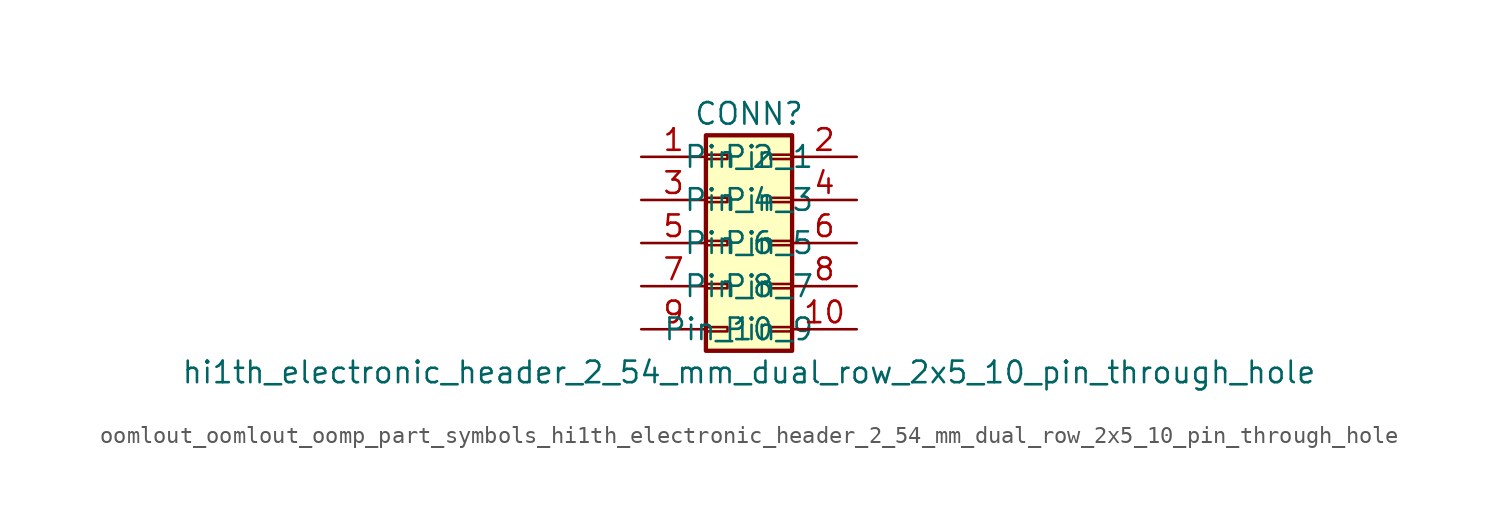
<source format=kicad_sym>
(kicad_symbol_lib
  (version 20220914)
  (generator kicad_symbol_editor)
  (symbol "oomlout_oomlout_oomp_part_symbols_hi1th_electronic_header_2_54_mm_dual_row_2x5_10_pin_through_hole"
    (pin_names
      (offset 1.016))
    (property "Reference" "CONN"
      (at 1.27 7.62 0)
      (effects (font (size 1.27 1.27))))
    (property "Value" "hi1th_electronic_header_2_54_mm_dual_row_2x5_10_pin_through_hole"
      (at 1.27 -7.62 0)
      (effects (font (size 1.27 1.27))))
    (symbol "oomlout_oomlout_oomp_part_symbols_hi1th_electronic_header_2_54_mm_dual_row_2x5_10_pin_through_hole_1_1"
      (rectangle (start -1.27 -4.953) (end 0 -5.207) (stroke (width 0.152) (type default)) (fill (type none)))
      (rectangle (start -1.27 -2.413) (end 0 -2.667) (stroke (width 0.152) (type default)) (fill (type none)))
      (rectangle (start -1.27 0.127) (end 0 -0.127) (stroke (width 0.152) (type default)) (fill (type none)))
      (rectangle (start -1.27 2.667) (end 0 2.413) (stroke (width 0.152) (type default)) (fill (type none)))
      (rectangle (start -1.27 5.207) (end 0 4.953) (stroke (width 0.152) (type default)) (fill (type none)))
      (rectangle (start -1.27 6.35) (end 3.81 -6.35) (stroke (width 0.254) (type default)) (fill (type background)))
      (rectangle (start 3.81 -4.953) (end 2.54 -5.207) (stroke (width 0.152) (type default)) (fill (type none)))
      (rectangle (start 3.81 -2.413) (end 2.54 -2.667) (stroke (width 0.152) (type default)) (fill (type none)))
      (rectangle (start 3.81 0.127) (end 2.54 -0.127) (stroke (width 0.152) (type default)) (fill (type none)))
      (rectangle (start 3.81 2.667) (end 2.54 2.413) (stroke (width 0.152) (type default)) (fill (type none)))
      (rectangle (start 3.81 5.207) (end 2.54 4.953) (stroke (width 0.152) (type default)) (fill (type none)))
      (pin passive line (at -5.08 5.08 0) (length 3.81) (name "Pin_1" (effects (font (size 1.27 1.27)))) (number "1" (effects (font (size 1.27 1.27)))))
      (pin passive line (at 7.62 -5.08 180) (length 3.81) (name "Pin_10" (effects (font (size 1.27 1.27)))) (number "10" (effects (font (size 1.27 1.27)))))
      (pin passive line (at 7.62 5.08 180) (length 3.81) (name "Pin_2" (effects (font (size 1.27 1.27)))) (number "2" (effects (font (size 1.27 1.27)))))
      (pin passive line (at -5.08 2.54 0) (length 3.81) (name "Pin_3" (effects (font (size 1.27 1.27)))) (number "3" (effects (font (size 1.27 1.27)))))
      (pin passive line (at 7.62 2.54 180) (length 3.81) (name "Pin_4" (effects (font (size 1.27 1.27)))) (number "4" (effects (font (size 1.27 1.27)))))
      (pin passive line (at -5.08 0 0) (length 3.81) (name "Pin_5" (effects (font (size 1.27 1.27)))) (number "5" (effects (font (size 1.27 1.27)))))
      (pin passive line (at 7.62 0 180) (length 3.81) (name "Pin_6" (effects (font (size 1.27 1.27)))) (number "6" (effects (font (size 1.27 1.27)))))
      (pin passive line (at -5.08 -2.54 0) (length 3.81) (name "Pin_7" (effects (font (size 1.27 1.27)))) (number "7" (effects (font (size 1.27 1.27)))))
      (pin passive line (at 7.62 -2.54 180) (length 3.81) (name "Pin_8" (effects (font (size 1.27 1.27)))) (number "8" (effects (font (size 1.27 1.27)))))
      (pin passive line (at -5.08 -5.08 0) (length 3.81) (name "Pin_9" (effects (font (size 1.27 1.27)))) (number "9" (effects (font (size 1.27 1.27))))))))
</source>
